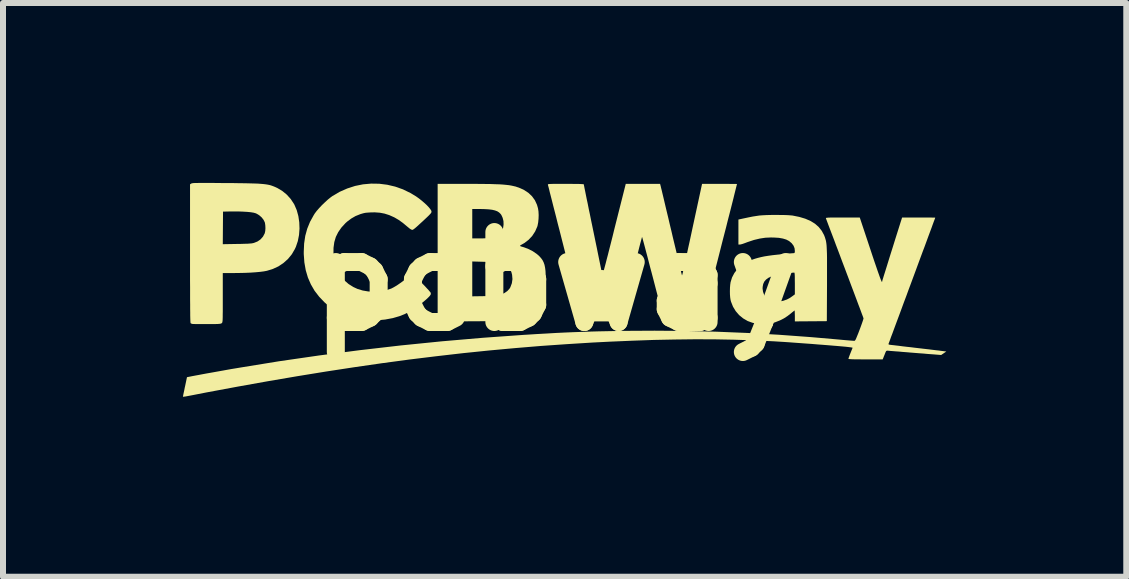
<source format=kicad_pcb>
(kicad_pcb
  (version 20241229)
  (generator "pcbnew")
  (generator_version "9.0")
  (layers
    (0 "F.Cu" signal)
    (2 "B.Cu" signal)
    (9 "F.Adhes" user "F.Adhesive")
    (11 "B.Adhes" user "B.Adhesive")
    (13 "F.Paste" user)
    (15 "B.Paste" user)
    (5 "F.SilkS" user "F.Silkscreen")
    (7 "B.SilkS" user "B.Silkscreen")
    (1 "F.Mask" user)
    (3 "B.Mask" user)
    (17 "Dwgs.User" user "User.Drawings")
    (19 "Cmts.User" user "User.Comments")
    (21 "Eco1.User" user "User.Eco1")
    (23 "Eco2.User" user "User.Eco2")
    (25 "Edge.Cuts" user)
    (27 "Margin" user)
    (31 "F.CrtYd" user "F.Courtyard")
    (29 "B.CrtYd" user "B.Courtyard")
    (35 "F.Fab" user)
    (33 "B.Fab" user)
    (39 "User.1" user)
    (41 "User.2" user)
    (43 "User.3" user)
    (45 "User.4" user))
  (footprint "pcbway"
    (layer "F.Cu")
    (at 6.227 1.64)
    (property "Reference" "pcbway" (at 0 0 0) (layer "F.SilkS") (effects (font (size 1.5 1.5) (thickness 0.3))))
    (attr board_only exclude_from_pos_files exclude_from_bom)
    (fp_poly (pts (xy -1.528 -1.625) (xy -1.399 -1.625) (xy -1.285 -1.624) (xy -1.184 -1.623) (xy -1.095 -1.622) (xy -1.018 -1.619) (xy -0.95 -1.617) (xy -0.89 -1.613) (xy -0.839 -1.608) (xy -0.793 -1.603) (xy -0.752 -1.596) (xy -0.716 -1.588) (xy -0.681 -1.58) (xy -0.649 -1.569) (xy -0.627 -1.562) (xy -0.541 -1.523) (xy -0.468 -1.475) (xy -0.408 -1.418) (xy -0.36 -1.352) (xy -0.325 -1.276) (xy -0.308 -1.217) (xy -0.3 -1.165) (xy -0.297 -1.105) (xy -0.299 -1.043) (xy -0.305 -0.983) (xy -0.315 -0.931) (xy -0.32 -0.913) (xy -0.356 -0.831) (xy -0.405 -0.756) (xy -0.465 -0.692) (xy -0.536 -0.638) (xy -0.576 -0.615) (xy -0.596 -0.604) (xy -0.607 -0.594) (xy -0.608 -0.59) (xy -0.597 -0.584) (xy -0.576 -0.577) (xy -0.561 -0.573) (xy -0.476 -0.543) (xy -0.395 -0.502) (xy -0.323 -0.452) (xy -0.282 -0.415) (xy -0.255 -0.384) (xy -0.232 -0.352) (xy -0.214 -0.316) (xy -0.2 -0.276) (xy -0.19 -0.228) (xy -0.183 -0.172) (xy -0.18 -0.105) (xy -0.179 -0.025) (xy -0.179 0.035) (xy -0.182 0.221) (xy -0.208 0.273) (xy -0.261 0.357) (xy -0.326 0.433) (xy -0.403 0.499) (xy -0.492 0.555) (xy -0.591 0.601) (xy -0.701 0.635) (xy -0.763 0.65) (xy -0.778 0.652) (xy -0.795 0.654) (xy -0.816 0.656) (xy -0.841 0.658) (xy -0.872 0.659) (xy -0.911 0.661) (xy -0.957 0.662) (xy -1.013 0.663) (xy -1.08 0.664) (xy -1.159 0.664) (xy -1.25 0.665) (xy -1.355 0.666) (xy -1.406 0.666) (xy -1.981 0.669) (xy -1.981 -0.04) (xy -1.404 -0.04) (xy -1.404 0.25) (xy -1.2 0.247) (xy -1.137 0.246) (xy -1.088 0.245) (xy -1.05 0.244) (xy -1.021 0.242) (xy -0.998 0.24) (xy -0.978 0.236) (xy -0.96 0.232) (xy -0.941 0.226) (xy -0.933 0.223) (xy -0.869 0.196) (xy -0.819 0.162) (xy -0.782 0.121) (xy -0.769 0.099) (xy -0.744 0.032) (xy -0.734 -0.037) (xy -0.74 -0.109) (xy -0.752 -0.155) (xy -0.775 -0.201) (xy -0.811 -0.242) (xy -0.859 -0.276) (xy -0.916 -0.302) (xy -0.94 -0.309) (xy -0.964 -0.313) (xy -1.003 -0.317) (xy -1.057 -0.32) (xy -1.125 -0.323) (xy -1.192 -0.325) (xy -1.404 -0.331) (xy -1.404 -0.04) (xy -1.981 -0.04) (xy -1.981 -0.478) (xy -1.981 -0.961) (xy -1.404 -0.961) (xy -1.404 -0.716) (xy -1.275 -0.716) (xy -1.227 -0.716) (xy -1.18 -0.718) (xy -1.138 -0.72) (xy -1.106 -0.723) (xy -1.096 -0.724) (xy -1.036 -0.739) (xy -0.984 -0.763) (xy -0.942 -0.795) (xy -0.934 -0.802) (xy -0.907 -0.844) (xy -0.889 -0.894) (xy -0.882 -0.949) (xy -0.884 -1.005) (xy -0.897 -1.058) (xy -0.919 -1.106) (xy -0.934 -1.126) (xy -0.958 -1.149) (xy -0.988 -1.168) (xy -1.026 -1.182) (xy -1.073 -1.193) (xy -1.13 -1.2) (xy -1.2 -1.204) (xy -1.284 -1.206) (xy -1.291 -1.206) (xy -1.404 -1.206) (xy -1.404 -0.961) (xy -1.981 -0.961) (xy -1.981 -1.625)) (stroke (width 0) (type solid)) (fill yes) (layer "F.SilkS"))
    (fp_poly (pts (xy -5.798 -1.64) (xy -5.719 -1.64) (xy -5.626 -1.639) (xy -5.522 -1.638) (xy -5.399 -1.638) (xy -5.29 -1.636) (xy -5.195 -1.635) (xy -5.112 -1.633) (xy -5.04 -1.631) (xy -4.978 -1.629) (xy -4.925 -1.625) (xy -4.879 -1.621) (xy -4.839 -1.616) (xy -4.804 -1.61) (xy -4.773 -1.603) (xy -4.745 -1.594) (xy -4.718 -1.584) (xy -4.691 -1.573) (xy -4.663 -1.56) (xy -4.658 -1.558) (xy -4.573 -1.508) (xy -4.497 -1.446) (xy -4.431 -1.373) (xy -4.376 -1.29) (xy -4.369 -1.277) (xy -4.33 -1.186) (xy -4.303 -1.087) (xy -4.288 -0.984) (xy -4.284 -0.878) (xy -4.292 -0.773) (xy -4.312 -0.671) (xy -4.344 -0.576) (xy -4.362 -0.537) (xy -4.413 -0.45) (xy -4.476 -0.373) (xy -4.551 -0.306) (xy -4.634 -0.25) (xy -4.727 -0.207) (xy -4.826 -0.176) (xy -4.878 -0.166) (xy -4.94 -0.158) (xy -5.016 -0.151) (xy -5.103 -0.145) (xy -5.199 -0.141) (xy -5.3 -0.139) (xy -5.383 -0.138) (xy -5.563 -0.138) (xy -5.563 0.272) (xy -5.563 0.363) (xy -5.563 0.439) (xy -5.563 0.502) (xy -5.564 0.554) (xy -5.564 0.594) (xy -5.565 0.626) (xy -5.566 0.65) (xy -5.568 0.667) (xy -5.57 0.679) (xy -5.572 0.686) (xy -5.575 0.692) (xy -5.578 0.695) (xy -5.58 0.697) (xy -5.586 0.701) (xy -5.593 0.704) (xy -5.605 0.707) (xy -5.622 0.709) (xy -5.646 0.711) (xy -5.68 0.712) (xy -5.724 0.712) (xy -5.781 0.713) (xy -5.827 0.713) (xy -5.886 0.713) (xy -5.941 0.713) (xy -5.989 0.713) (xy -6.029 0.712) (xy -6.057 0.711) (xy -6.072 0.71) (xy -6.073 0.71) (xy -6.091 0.703) (xy -6.099 0.698) (xy -6.1 0.694) (xy -6.102 0.684) (xy -6.103 0.667) (xy -6.104 0.642) (xy -6.105 0.609) (xy -6.106 0.568) (xy -6.106 0.517) (xy -6.107 0.456) (xy -6.107 0.384) (xy -6.108 0.301) (xy -6.108 0.206) (xy -6.108 0.099) (xy -6.109 -0.022) (xy -6.109 -0.157) (xy -6.109 -0.306) (xy -6.109 -0.463) (xy -6.109 -0.619) (xy -5.563 -0.619) (xy -5.328 -0.623) (xy -5.255 -0.624) (xy -5.197 -0.626) (xy -5.15 -0.627) (xy -5.113 -0.63) (xy -5.085 -0.632) (xy -5.063 -0.636) (xy -5.045 -0.64) (xy -4.985 -0.664) (xy -4.934 -0.699) (xy -4.893 -0.745) (xy -4.865 -0.798) (xy -4.863 -0.803) (xy -4.855 -0.84) (xy -4.852 -0.885) (xy -4.854 -0.932) (xy -4.86 -0.974) (xy -4.865 -0.989) (xy -4.885 -1.028) (xy -4.916 -1.067) (xy -4.955 -1.101) (xy -4.998 -1.127) (xy -5.013 -1.134) (xy -5.048 -1.144) (xy -5.097 -1.152) (xy -5.158 -1.158) (xy -5.229 -1.162) (xy -5.308 -1.165) (xy -5.394 -1.165) (xy -5.429 -1.165) (xy -5.559 -1.162) (xy -5.561 -0.891) (xy -5.563 -0.619) (xy -6.109 -0.619) (xy -6.109 -1.617) (xy -6.089 -1.63) (xy -6.084 -1.632) (xy -6.077 -1.634) (xy -6.066 -1.636) (xy -6.051 -1.638) (xy -6.029 -1.639) (xy -6.001 -1.639) (xy -5.965 -1.64) (xy -5.92 -1.64) (xy -5.865 -1.64)) (stroke (width 0) (type solid)) (fill yes) (layer "F.SilkS"))
    (fp_poly (pts (xy -2.955 -1.627) (xy -2.821 -1.61) (xy -2.689 -1.579) (xy -2.559 -1.533) (xy -2.434 -1.472) (xy -2.341 -1.416) (xy -2.292 -1.381) (xy -2.245 -1.344) (xy -2.201 -1.306) (xy -2.161 -1.269) (xy -2.128 -1.234) (xy -2.103 -1.203) (xy -2.087 -1.178) (xy -2.084 -1.164) (xy -2.084 -1.156) (xy -2.086 -1.149) (xy -2.09 -1.141) (xy -2.098 -1.13) (xy -2.111 -1.116) (xy -2.13 -1.096) (xy -2.157 -1.07) (xy -2.193 -1.036) (xy -2.239 -0.993) (xy -2.247 -0.986) (xy -2.294 -0.943) (xy -2.33 -0.91) (xy -2.358 -0.886) (xy -2.379 -0.87) (xy -2.393 -0.861) (xy -2.403 -0.858) (xy -2.404 -0.858) (xy -2.421 -0.863) (xy -2.444 -0.877) (xy -2.476 -0.903) (xy -2.487 -0.912) (xy -2.56 -0.973) (xy -2.628 -1.022) (xy -2.694 -1.061) (xy -2.707 -1.068) (xy -2.788 -1.104) (xy -2.866 -1.129) (xy -2.945 -1.144) (xy -3.029 -1.15) (xy -3.094 -1.149) (xy -3.142 -1.146) (xy -3.179 -1.143) (xy -3.211 -1.137) (xy -3.244 -1.128) (xy -3.27 -1.12) (xy -3.35 -1.088) (xy -3.421 -1.047) (xy -3.489 -0.996) (xy -3.518 -0.97) (xy -3.585 -0.897) (xy -3.638 -0.821) (xy -3.678 -0.741) (xy -3.704 -0.654) (xy -3.717 -0.559) (xy -3.718 -0.455) (xy -3.714 -0.384) (xy -3.705 -0.323) (xy -3.69 -0.268) (xy -3.669 -0.213) (xy -3.643 -0.158) (xy -3.596 -0.084) (xy -3.536 -0.016) (xy -3.466 0.045) (xy -3.386 0.095) (xy -3.319 0.126) (xy -3.231 0.153) (xy -3.137 0.169) (xy -3.039 0.174) (xy -2.943 0.169) (xy -2.85 0.152) (xy -2.764 0.124) (xy -2.751 0.119) (xy -2.711 0.098) (xy -2.662 0.069) (xy -2.611 0.034) (xy -2.561 -0.002) (xy -2.515 -0.039) (xy -2.498 -0.055) (xy -2.463 -0.085) (xy -2.437 -0.105) (xy -2.417 -0.115) (xy -2.4 -0.117) (xy -2.386 -0.112) (xy -2.375 -0.103) (xy -2.355 -0.085) (xy -2.329 -0.059) (xy -2.297 -0.027) (xy -2.263 0.008) (xy -2.228 0.045) (xy -2.193 0.081) (xy -2.161 0.116) (xy -2.133 0.146) (xy -2.112 0.171) (xy -2.099 0.187) (xy -2.096 0.192) (xy -2.095 0.213) (xy -2.099 0.224) (xy -2.113 0.244) (xy -2.138 0.27) (xy -2.172 0.302) (xy -2.213 0.337) (xy -2.257 0.373) (xy -2.303 0.409) (xy -2.35 0.442) (xy -2.372 0.458) (xy -2.454 0.508) (xy -2.534 0.548) (xy -2.618 0.581) (xy -2.711 0.608) (xy -2.728 0.613) (xy -2.857 0.637) (xy -2.992 0.65) (xy -3.127 0.65) (xy -3.204 0.644) (xy -3.339 0.623) (xy -3.468 0.587) (xy -3.59 0.538) (xy -3.703 0.476) (xy -3.808 0.401) (xy -3.865 0.352) (xy -3.956 0.257) (xy -4.033 0.157) (xy -4.095 0.05) (xy -4.144 -0.063) (xy -4.18 -0.185) (xy -4.203 -0.315) (xy -4.213 -0.454) (xy -4.213 -0.494) (xy -4.207 -0.63) (xy -4.188 -0.758) (xy -4.155 -0.878) (xy -4.108 -0.993) (xy -4.047 -1.103) (xy -4.029 -1.132) (xy -3.998 -1.173) (xy -3.958 -1.219) (xy -3.911 -1.269) (xy -3.861 -1.317) (xy -3.812 -1.362) (xy -3.765 -1.4) (xy -3.736 -1.421) (xy -3.615 -1.492) (xy -3.488 -1.548) (xy -3.358 -1.59) (xy -3.225 -1.617) (xy -3.09 -1.629)) (stroke (width 0) (type solid)) (fill yes) (layer "F.SilkS"))
    (fp_poly (pts (xy 3.74 -1.106) (xy 3.816 -1.105) (xy 3.876 -1.102) (xy 3.92 -1.098) (xy 3.934 -1.097) (xy 4.048 -1.074) (xy 4.148 -1.044) (xy 4.235 -1.006) (xy 4.31 -0.96) (xy 4.372 -0.905) (xy 4.422 -0.842) (xy 4.461 -0.77) (xy 4.474 -0.737) (xy 4.48 -0.717) (xy 4.486 -0.697) (xy 4.492 -0.676) (xy 4.496 -0.652) (xy 4.5 -0.625) (xy 4.503 -0.594) (xy 4.505 -0.557) (xy 4.507 -0.513) (xy 4.509 -0.461) (xy 4.51 -0.401) (xy 4.51 -0.329) (xy 4.51 -0.247) (xy 4.51 -0.152) (xy 4.51 -0.043) (xy 4.51 0.067) (xy 4.507 0.664) (xy 4.241 0.666) (xy 3.974 0.668) (xy 3.974 0.577) (xy 3.973 0.542) (xy 3.972 0.512) (xy 3.971 0.493) (xy 3.969 0.486) (xy 3.962 0.491) (xy 3.946 0.504) (xy 3.923 0.522) (xy 3.913 0.531) (xy 3.851 0.579) (xy 3.791 0.618) (xy 3.726 0.651) (xy 3.652 0.68) (xy 3.64 0.685) (xy 3.603 0.694) (xy 3.553 0.701) (xy 3.497 0.705) (xy 3.437 0.707) (xy 3.378 0.706) (xy 3.325 0.701) (xy 3.281 0.694) (xy 3.271 0.692) (xy 3.188 0.662) (xy 3.112 0.618) (xy 3.045 0.563) (xy 2.988 0.497) (xy 2.943 0.423) (xy 2.91 0.34) (xy 2.902 0.31) (xy 2.896 0.271) (xy 2.892 0.222) (xy 2.891 0.167) (xy 2.892 0.122) (xy 3.436 0.122) (xy 3.438 0.172) (xy 3.445 0.212) (xy 3.458 0.243) (xy 3.479 0.271) (xy 3.48 0.273) (xy 3.509 0.297) (xy 3.548 0.316) (xy 3.598 0.331) (xy 3.628 0.334) (xy 3.667 0.335) (xy 3.709 0.334) (xy 3.75 0.33) (xy 3.781 0.324) (xy 3.784 0.323) (xy 3.841 0.303) (xy 3.892 0.276) (xy 3.932 0.248) (xy 3.974 0.217) (xy 3.974 0.035) (xy 3.973 -0.026) (xy 3.973 -0.072) (xy 3.972 -0.106) (xy 3.97 -0.129) (xy 3.967 -0.142) (xy 3.964 -0.146) (xy 3.964 -0.146) (xy 3.953 -0.145) (xy 3.929 -0.143) (xy 3.895 -0.139) (xy 3.854 -0.135) (xy 3.819 -0.131) (xy 3.726 -0.118) (xy 3.648 -0.102) (xy 3.584 -0.082) (xy 3.532 -0.058) (xy 3.493 -0.029) (xy 3.464 0.005) (xy 3.446 0.045) (xy 3.437 0.093) (xy 3.436 0.122) (xy 2.892 0.122) (xy 2.892 0.111) (xy 2.896 0.059) (xy 2.902 0.017) (xy 2.902 0.016) (xy 2.927 -0.065) (xy 2.966 -0.139) (xy 3.018 -0.206) (xy 3.083 -0.265) (xy 3.16 -0.315) (xy 3.25 -0.356) (xy 3.261 -0.36) (xy 3.31 -0.377) (xy 3.359 -0.391) (xy 3.411 -0.404) (xy 3.468 -0.416) (xy 3.531 -0.426) (xy 3.604 -0.436) (xy 3.687 -0.445) (xy 3.785 -0.455) (xy 3.785 -0.455) (xy 3.836 -0.459) (xy 3.881 -0.464) (xy 3.918 -0.467) (xy 3.946 -0.469) (xy 3.961 -0.47) (xy 3.963 -0.471) (xy 3.971 -0.478) (xy 3.974 -0.501) (xy 3.974 -0.503) (xy 3.969 -0.552) (xy 3.952 -0.594) (xy 3.922 -0.634) (xy 3.914 -0.641) (xy 3.877 -0.672) (xy 3.831 -0.696) (xy 3.775 -0.713) (xy 3.708 -0.725) (xy 3.628 -0.73) (xy 3.573 -0.731) (xy 3.482 -0.727) (xy 3.39 -0.713) (xy 3.293 -0.69) (xy 3.19 -0.656) (xy 3.137 -0.636) (xy 3.106 -0.625) (xy 3.078 -0.617) (xy 3.058 -0.613) (xy 3.056 -0.613) (xy 3.033 -0.613) (xy 3.033 -0.821) (xy 3.033 -1.03) (xy 3.13 -1.051) (xy 3.206 -1.067) (xy 3.271 -1.08) (xy 3.329 -1.089) (xy 3.382 -1.097) (xy 3.435 -1.101) (xy 3.491 -1.104) (xy 3.555 -1.106) (xy 3.63 -1.107) (xy 3.649 -1.107)) (stroke (width 0) (type solid)) (fill yes) (layer "F.SilkS"))
    (fp_poly (pts (xy 0.221 -1.625) (xy 0.283 -1.624) (xy 0.338 -1.624) (xy 0.384 -1.623) (xy 0.42 -1.621) (xy 0.444 -1.62) (xy 0.454 -1.618) (xy 0.455 -1.618) (xy 0.456 -1.61) (xy 0.461 -1.587) (xy 0.468 -1.55) (xy 0.478 -1.502) (xy 0.49 -1.442) (xy 0.504 -1.372) (xy 0.521 -1.293) (xy 0.538 -1.206) (xy 0.558 -1.112) (xy 0.578 -1.012) (xy 0.6 -0.907) (xy 0.609 -0.863) (xy 0.631 -0.757) (xy 0.652 -0.655) (xy 0.672 -0.559) (xy 0.69 -0.469) (xy 0.707 -0.386) (xy 0.722 -0.313) (xy 0.735 -0.249) (xy 0.746 -0.195) (xy 0.754 -0.154) (xy 0.76 -0.126) (xy 0.763 -0.111) (xy 0.763 -0.11) (xy 0.764 -0.105) (xy 0.766 -0.107) (xy 0.77 -0.116) (xy 0.775 -0.133) (xy 0.783 -0.159) (xy 0.792 -0.194) (xy 0.804 -0.239) (xy 0.819 -0.295) (xy 0.836 -0.362) (xy 0.857 -0.441) (xy 0.88 -0.533) (xy 0.907 -0.638) (xy 0.937 -0.757) (xy 0.965 -0.872) (xy 1.155 -1.625) (xy 1.441 -1.625) (xy 1.727 -1.625) (xy 1.735 -1.595) (xy 1.738 -1.584) (xy 1.744 -1.557) (xy 1.754 -1.518) (xy 1.766 -1.467) (xy 1.781 -1.405) (xy 1.798 -1.333) (xy 1.817 -1.252) (xy 1.838 -1.164) (xy 1.861 -1.069) (xy 1.884 -0.97) (xy 1.909 -0.866) (xy 1.914 -0.846) (xy 1.938 -0.742) (xy 1.962 -0.642) (xy 1.985 -0.547) (xy 2.006 -0.459) (xy 2.025 -0.378) (xy 2.042 -0.306) (xy 2.057 -0.243) (xy 2.07 -0.191) (xy 2.079 -0.151) (xy 2.086 -0.124) (xy 2.089 -0.112) (xy 2.089 -0.111) (xy 2.09 -0.107) (xy 2.091 -0.104) (xy 2.092 -0.101) (xy 2.093 -0.101) (xy 2.094 -0.103) (xy 2.097 -0.109) (xy 2.099 -0.12) (xy 2.104 -0.136) (xy 2.109 -0.158) (xy 2.115 -0.187) (xy 2.124 -0.224) (xy 2.134 -0.27) (xy 2.146 -0.325) (xy 2.16 -0.391) (xy 2.177 -0.469) (xy 2.196 -0.558) (xy 2.219 -0.661) (xy 2.244 -0.777) (xy 2.266 -0.88) (xy 2.427 -1.625) (xy 2.718 -1.625) (xy 2.784 -1.625) (xy 2.845 -1.625) (xy 2.899 -1.624) (xy 2.944 -1.624) (xy 2.978 -1.624) (xy 3.001 -1.623) (xy 3.009 -1.622) (xy 3.009 -1.622) (xy 3.007 -1.614) (xy 3.001 -1.59) (xy 2.992 -1.554) (xy 2.98 -1.506) (xy 2.965 -1.446) (xy 2.948 -1.376) (xy 2.928 -1.297) (xy 2.906 -1.21) (xy 2.882 -1.116) (xy 2.856 -1.016) (xy 2.83 -0.911) (xy 2.802 -0.803) (xy 2.773 -0.691) (xy 2.744 -0.577) (xy 2.715 -0.462) (xy 2.686 -0.348) (xy 2.657 -0.235) (xy 2.629 -0.124) (xy 2.601 -0.016) (xy 2.574 0.088) (xy 2.549 0.186) (xy 2.525 0.278) (xy 2.504 0.362) (xy 2.484 0.439) (xy 2.467 0.505) (xy 2.452 0.562) (xy 2.44 0.606) (xy 2.432 0.639) (xy 2.427 0.657) (xy 2.425 0.662) (xy 2.416 0.663) (xy 2.393 0.665) (xy 2.358 0.665) (xy 2.311 0.666) (xy 2.256 0.667) (xy 2.194 0.667) (xy 2.127 0.666) (xy 2.107 0.666) (xy 1.796 0.664) (xy 1.614 -0.037) (xy 1.587 -0.14) (xy 1.561 -0.237) (xy 1.537 -0.33) (xy 1.515 -0.415) (xy 1.494 -0.493) (xy 1.476 -0.562) (xy 1.46 -0.622) (xy 1.447 -0.67) (xy 1.437 -0.706) (xy 1.43 -0.73) (xy 1.427 -0.739) (xy 1.427 -0.739) (xy 1.424 -0.732) (xy 1.418 -0.71) (xy 1.409 -0.675) (xy 1.396 -0.628) (xy 1.381 -0.57) (xy 1.364 -0.502) (xy 1.344 -0.426) (xy 1.322 -0.341) (xy 1.299 -0.25) (xy 1.275 -0.153) (xy 1.25 -0.053) (xy 1.224 0.048) (xy 1.2 0.146) (xy 1.176 0.238) (xy 1.155 0.324) (xy 1.135 0.402) (xy 1.117 0.472) (xy 1.102 0.531) (xy 1.089 0.58) (xy 1.08 0.617) (xy 1.073 0.641) (xy 1.071 0.65) (xy 1.064 0.668) (xy 0.752 0.668) (xy 0.683 0.668) (xy 0.62 0.668) (xy 0.563 0.667) (xy 0.514 0.666) (xy 0.476 0.665) (xy 0.45 0.664) (xy 0.437 0.663) (xy 0.436 0.662) (xy 0.434 0.654) (xy 0.428 0.631) (xy 0.418 0.595) (xy 0.406 0.546) (xy 0.39 0.485) (xy 0.372 0.413) (xy 0.35 0.331) (xy 0.327 0.239) (xy 0.302 0.139) (xy 0.274 0.031) (xy 0.245 -0.084) (xy 0.214 -0.204) (xy 0.182 -0.33) (xy 0.149 -0.46) (xy 0.147 -0.471) (xy 0.114 -0.601) (xy 0.082 -0.727) (xy 0.051 -0.849) (xy 0.021 -0.964) (xy -0.006 -1.073) (xy -0.032 -1.174) (xy -0.056 -1.267) (xy -0.077 -1.351) (xy -0.096 -1.425) (xy -0.112 -1.487) (xy -0.124 -1.538) (xy -0.134 -1.576) (xy -0.141 -1.601) (xy -0.143 -1.611) (xy -0.143 -1.611) (xy -0.143 -1.615) (xy -0.141 -1.618) (xy -0.134 -1.62) (xy -0.122 -1.622) (xy -0.103 -1.623) (xy -0.075 -1.624) (xy -0.037 -1.625) (xy 0.012 -1.625) (xy 0.075 -1.625) (xy 0.151 -1.625) (xy 0.154 -1.625)) (stroke (width 0) (type solid)) (fill yes) (layer "F.SilkS"))
    (fp_poly (pts (xy 5.235 -0.526) (xy 5.271 -0.417) (xy 5.303 -0.322) (xy 5.331 -0.241) (xy 5.354 -0.173) (xy 5.374 -0.117) (xy 5.39 -0.072) (xy 5.403 -0.037) (xy 5.413 -0.013) (xy 5.42 0.003) (xy 5.425 0.01) (xy 5.428 0.01) (xy 5.429 0.003) (xy 5.429 0.003) (xy 5.431 -0.006) (xy 5.437 -0.028) (xy 5.448 -0.063) (xy 5.463 -0.112) (xy 5.483 -0.175) (xy 5.507 -0.252) (xy 5.535 -0.343) (xy 5.568 -0.449) (xy 5.606 -0.569) (xy 5.648 -0.704) (xy 5.695 -0.853) (xy 5.742 -1.002) (xy 5.762 -1.064) (xy 6.038 -1.064) (xy 6.102 -1.064) (xy 6.161 -1.063) (xy 6.213 -1.063) (xy 6.256 -1.063) (xy 6.289 -1.062) (xy 6.309 -1.062) (xy 6.314 -1.061) (xy 6.312 -1.054) (xy 6.304 -1.032) (xy 6.291 -0.998) (xy 6.274 -0.952) (xy 6.254 -0.896) (xy 6.229 -0.829) (xy 6.201 -0.754) (xy 6.171 -0.672) (xy 6.138 -0.582) (xy 6.102 -0.487) (xy 6.065 -0.387) (xy 6.027 -0.284) (xy 5.988 -0.178) (xy 5.948 -0.07) (xy 5.908 0.038) (xy 5.868 0.145) (xy 5.829 0.252) (xy 5.79 0.355) (xy 5.753 0.456) (xy 5.718 0.551) (xy 5.684 0.642) (xy 5.653 0.725) (xy 5.625 0.801) (xy 5.6 0.869) (xy 5.578 0.926) (xy 5.561 0.974) (xy 5.548 1.009) (xy 5.539 1.032) (xy 5.536 1.041) (xy 5.535 1.049) (xy 5.544 1.055) (xy 5.566 1.059) (xy 5.569 1.059) (xy 5.584 1.061) (xy 5.614 1.064) (xy 5.655 1.069) (xy 5.707 1.075) (xy 5.768 1.083) (xy 5.836 1.091) (xy 5.91 1.099) (xy 5.982 1.108) (xy 6.06 1.117) (xy 6.136 1.126) (xy 6.207 1.134) (xy 6.272 1.142) (xy 6.329 1.149) (xy 6.376 1.154) (xy 6.41 1.159) (xy 6.428 1.161) (xy 6.499 1.17) (xy 6.456 1.199) (xy 6.413 1.228) (xy 6.275 1.217) (xy 6.234 1.214) (xy 6.18 1.21) (xy 6.116 1.204) (xy 6.045 1.199) (xy 5.971 1.193) (xy 5.895 1.187) (xy 5.84 1.182) (xy 5.772 1.177) (xy 5.709 1.171) (xy 5.651 1.167) (xy 5.602 1.163) (xy 5.562 1.16) (xy 5.534 1.157) (xy 5.52 1.156) (xy 5.52 1.156) (xy 5.506 1.157) (xy 5.496 1.163) (xy 5.487 1.179) (xy 5.481 1.194) (xy 5.469 1.225) (xy 5.456 1.256) (xy 5.452 1.267) (xy 5.438 1.301) (xy 5.152 1.301) (xy 5.075 1.301) (xy 5.012 1.3) (xy 4.963 1.3) (xy 4.925 1.299) (xy 4.898 1.297) (xy 4.88 1.296) (xy 4.87 1.294) (xy 4.867 1.291) (xy 4.867 1.291) (xy 4.87 1.28) (xy 4.878 1.257) (xy 4.889 1.227) (xy 4.902 1.194) (xy 4.937 1.107) (xy 4.912 1.101) (xy 4.894 1.099) (xy 4.862 1.095) (xy 4.817 1.09) (xy 4.761 1.085) (xy 4.694 1.079) (xy 4.619 1.073) (xy 4.536 1.066) (xy 4.448 1.059) (xy 4.355 1.052) (xy 4.26 1.044) (xy 4.162 1.037) (xy 4.065 1.03) (xy 3.969 1.023) (xy 3.875 1.016) (xy 3.786 1.01) (xy 3.702 1.005) (xy 3.625 1) (xy 3.562 0.997) (xy 3.261 0.983) (xy 2.952 0.973) (xy 2.635 0.967) (xy 2.308 0.966) (xy 1.971 0.97) (xy 1.622 0.977) (xy 1.26 0.99) (xy 0.885 1.006) (xy 0.609 1.02) (xy 0.177 1.047) (xy -0.256 1.077) (xy -0.689 1.113) (xy -1.125 1.153) (xy -1.563 1.198) (xy -2.006 1.249) (xy -2.455 1.304) (xy -2.909 1.365) (xy -3.372 1.432) (xy -3.843 1.504) (xy -4.323 1.582) (xy -4.815 1.666) (xy -5.318 1.756) (xy -5.834 1.852) (xy -6.049 1.894) (xy -6.106 1.905) (xy -6.149 1.913) (xy -6.181 1.919) (xy -6.203 1.922) (xy -6.216 1.924) (xy -6.224 1.924) (xy -6.227 1.923) (xy -6.227 1.921) (xy -6.227 1.92) (xy -6.225 1.91) (xy -6.221 1.888) (xy -6.214 1.855) (xy -6.205 1.814) (xy -6.196 1.767) (xy -6.193 1.756) (xy -6.16 1.598) (xy -6.109 1.588) (xy -6.074 1.581) (xy -6.026 1.572) (xy -5.966 1.561) (xy -5.898 1.548) (xy -5.822 1.534) (xy -5.742 1.52) (xy -5.658 1.505) (xy -5.574 1.49) (xy -5.492 1.475) (xy -5.413 1.461) (xy -5.339 1.449) (xy -5.286 1.44) (xy -4.628 1.333) (xy -3.958 1.236) (xy -3.281 1.148) (xy -2.597 1.069) (xy -1.911 1) (xy -1.224 0.941) (xy -0.538 0.892) (xy -0.502 0.89) (xy -0.327 0.879) (xy -0.165 0.87) (xy -0.013 0.861) (xy 0.132 0.854) (xy 0.273 0.848) (xy 0.413 0.843) (xy 0.554 0.838) (xy 0.7 0.834) (xy 0.853 0.831) (xy 1.017 0.828) (xy 1.111 0.826) (xy 1.636 0.823) (xy 2.156 0.827) (xy 2.673 0.84) (xy 3.191 0.861) (xy 3.713 0.891) (xy 4.242 0.93) (xy 4.646 0.965) (xy 4.713 0.971) (xy 4.777 0.977) (xy 4.834 0.982) (xy 4.883 0.986) (xy 4.921 0.989) (xy 4.948 0.991) (xy 4.962 0.992) (xy 4.962 0.992) (xy 4.969 0.991) (xy 4.975 0.988) (xy 4.982 0.979) (xy 4.99 0.965) (xy 5 0.942) (xy 5.013 0.91) (xy 5.031 0.866) (xy 5.052 0.811) (xy 5.071 0.76) (xy 5.088 0.713) (xy 5.102 0.673) (xy 5.112 0.642) (xy 5.118 0.622) (xy 5.118 0.615) (xy 5.115 0.607) (xy 5.107 0.584) (xy 5.094 0.55) (xy 5.077 0.504) (xy 5.056 0.447) (xy 5.031 0.382) (xy 5.004 0.309) (xy 4.974 0.229) (xy 4.942 0.144) (xy 4.908 0.054) (xy 4.873 -0.04) (xy 4.837 -0.135) (xy 4.801 -0.231) (xy 4.764 -0.328) (xy 4.729 -0.422) (xy 4.694 -0.515) (xy 4.66 -0.604) (xy 4.629 -0.688) (xy 4.599 -0.766) (xy 4.572 -0.837) (xy 4.548 -0.9) (xy 4.528 -0.953) (xy 4.512 -0.996) (xy 4.5 -1.028) (xy 4.493 -1.046) (xy 4.492 -1.05) (xy 4.491 -1.053) (xy 4.493 -1.056) (xy 4.5 -1.059) (xy 4.512 -1.06) (xy 4.531 -1.062) (xy 4.56 -1.063) (xy 4.598 -1.063) (xy 4.648 -1.063) (xy 4.712 -1.064) (xy 4.771 -1.064) (xy 5.056 -1.064)) (stroke (width 0) (type solid)) (fill yes) (layer "F.SilkS")))
  (gr_rect
    (start -3 -3)
    (end 15.726 6.565)
    (stroke (width 0.1) (type default))
    (fill no)
    (layer "Edge.Cuts")))
</source>
